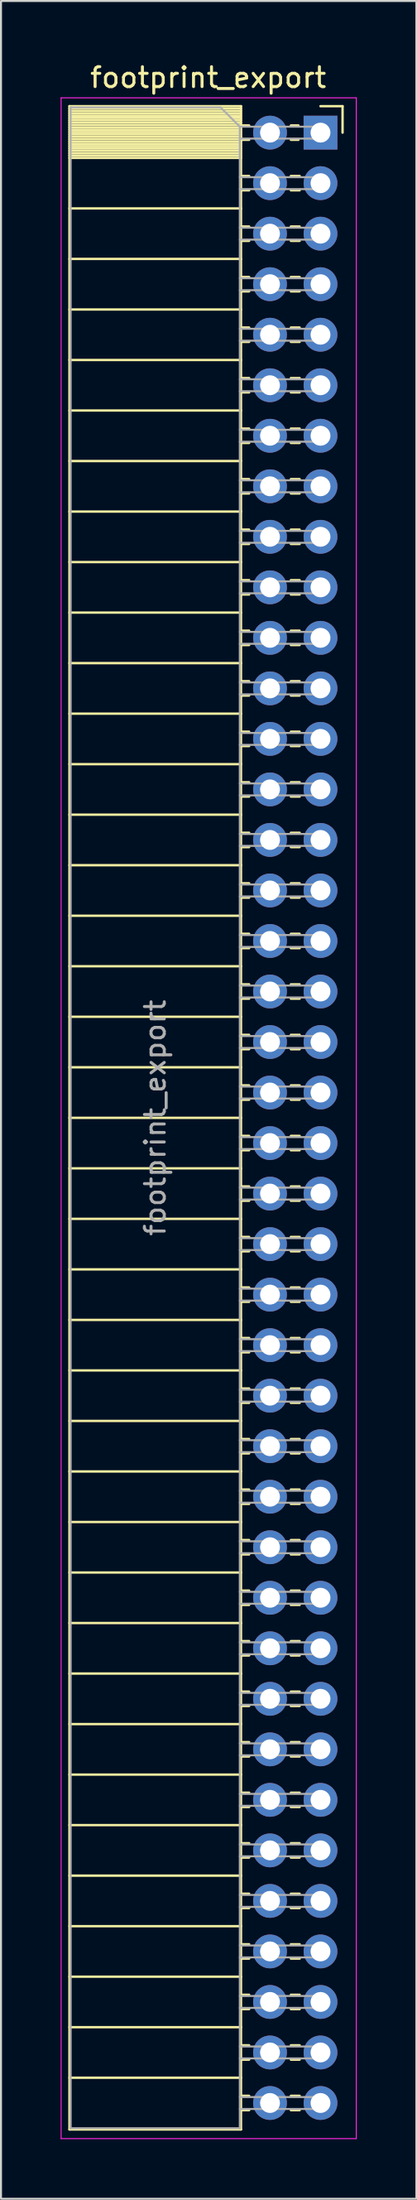
<source format=kicad_pcb>
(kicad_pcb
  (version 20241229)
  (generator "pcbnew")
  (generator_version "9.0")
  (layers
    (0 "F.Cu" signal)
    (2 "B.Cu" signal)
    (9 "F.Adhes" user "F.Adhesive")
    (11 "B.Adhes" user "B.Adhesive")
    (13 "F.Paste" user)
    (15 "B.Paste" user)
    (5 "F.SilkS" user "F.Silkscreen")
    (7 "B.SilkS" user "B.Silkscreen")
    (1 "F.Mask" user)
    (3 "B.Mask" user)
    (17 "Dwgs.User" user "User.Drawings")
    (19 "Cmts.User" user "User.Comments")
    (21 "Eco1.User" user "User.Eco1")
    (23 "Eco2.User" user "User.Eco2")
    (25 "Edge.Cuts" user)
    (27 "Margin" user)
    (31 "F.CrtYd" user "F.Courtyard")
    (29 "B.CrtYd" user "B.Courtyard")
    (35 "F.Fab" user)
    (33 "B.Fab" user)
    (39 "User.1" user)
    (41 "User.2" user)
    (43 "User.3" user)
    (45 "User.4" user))
  (footprint "footprint_export"
    (layer "F.Cu")
    (at 13.075 3.618)
    (property "Reference" "footprint_export" (at -5.65 -2.77 0) (layer "F.SilkS") (effects (font (size 1 1) (thickness 0.15))))
    (attr through_hole)
    (fp_line (start -12.63 -1.33) (end -12.63 100.39) (stroke (width 0.12) (type solid)) (layer "F.SilkS"))
    (fp_line (start -12.63 -1.33) (end -4 -1.33) (stroke (width 0.12) (type solid)) (layer "F.SilkS"))
    (fp_line (start -12.63 -1.21) (end -4 -1.21) (stroke (width 0.12) (type solid)) (layer "F.SilkS"))
    (fp_line (start -12.63 -1.092) (end -4 -1.092) (stroke (width 0.12) (type solid)) (layer "F.SilkS"))
    (fp_line (start -12.63 -0.974) (end -4 -0.974) (stroke (width 0.12) (type solid)) (layer "F.SilkS"))
    (fp_line (start -12.63 -0.856) (end -4 -0.856) (stroke (width 0.12) (type solid)) (layer "F.SilkS"))
    (fp_line (start -12.63 -0.738) (end -4 -0.738) (stroke (width 0.12) (type solid)) (layer "F.SilkS"))
    (fp_line (start -12.63 -0.62) (end -4 -0.62) (stroke (width 0.12) (type solid)) (layer "F.SilkS"))
    (fp_line (start -12.63 -0.501) (end -4 -0.501) (stroke (width 0.12) (type solid)) (layer "F.SilkS"))
    (fp_line (start -12.63 -0.383) (end -4 -0.383) (stroke (width 0.12) (type solid)) (layer "F.SilkS"))
    (fp_line (start -12.63 -0.265) (end -4 -0.265) (stroke (width 0.12) (type solid)) (layer "F.SilkS"))
    (fp_line (start -12.63 -0.147) (end -4 -0.147) (stroke (width 0.12) (type solid)) (layer "F.SilkS"))
    (fp_line (start -12.63 -0.029) (end -4 -0.029) (stroke (width 0.12) (type solid)) (layer "F.SilkS"))
    (fp_line (start -12.63 0.089) (end -4 0.089) (stroke (width 0.12) (type solid)) (layer "F.SilkS"))
    (fp_line (start -12.63 0.207) (end -4 0.207) (stroke (width 0.12) (type solid)) (layer "F.SilkS"))
    (fp_line (start -12.63 0.325) (end -4 0.325) (stroke (width 0.12) (type solid)) (layer "F.SilkS"))
    (fp_line (start -12.63 0.443) (end -4 0.443) (stroke (width 0.12) (type solid)) (layer "F.SilkS"))
    (fp_line (start -12.63 0.561) (end -4 0.561) (stroke (width 0.12) (type solid)) (layer "F.SilkS"))
    (fp_line (start -12.63 0.68) (end -4 0.68) (stroke (width 0.12) (type solid)) (layer "F.SilkS"))
    (fp_line (start -12.63 0.798) (end -4 0.798) (stroke (width 0.12) (type solid)) (layer "F.SilkS"))
    (fp_line (start -12.63 0.916) (end -4 0.916) (stroke (width 0.12) (type solid)) (layer "F.SilkS"))
    (fp_line (start -12.63 1.034) (end -4 1.034) (stroke (width 0.12) (type solid)) (layer "F.SilkS"))
    (fp_line (start -12.63 1.152) (end -4 1.152) (stroke (width 0.12) (type solid)) (layer "F.SilkS"))
    (fp_line (start -12.63 1.27) (end -4 1.27) (stroke (width 0.12) (type solid)) (layer "F.SilkS"))
    (fp_line (start -12.63 3.81) (end -4 3.81) (stroke (width 0.12) (type solid)) (layer "F.SilkS"))
    (fp_line (start -12.63 6.35) (end -4 6.35) (stroke (width 0.12) (type solid)) (layer "F.SilkS"))
    (fp_line (start -12.63 8.89) (end -4 8.89) (stroke (width 0.12) (type solid)) (layer "F.SilkS"))
    (fp_line (start -12.63 11.43) (end -4 11.43) (stroke (width 0.12) (type solid)) (layer "F.SilkS"))
    (fp_line (start -12.63 13.97) (end -4 13.97) (stroke (width 0.12) (type solid)) (layer "F.SilkS"))
    (fp_line (start -12.63 16.51) (end -4 16.51) (stroke (width 0.12) (type solid)) (layer "F.SilkS"))
    (fp_line (start -12.63 19.05) (end -4 19.05) (stroke (width 0.12) (type solid)) (layer "F.SilkS"))
    (fp_line (start -12.63 21.59) (end -4 21.59) (stroke (width 0.12) (type solid)) (layer "F.SilkS"))
    (fp_line (start -12.63 24.13) (end -4 24.13) (stroke (width 0.12) (type solid)) (layer "F.SilkS"))
    (fp_line (start -12.63 26.67) (end -4 26.67) (stroke (width 0.12) (type solid)) (layer "F.SilkS"))
    (fp_line (start -12.63 29.21) (end -4 29.21) (stroke (width 0.12) (type solid)) (layer "F.SilkS"))
    (fp_line (start -12.63 31.75) (end -4 31.75) (stroke (width 0.12) (type solid)) (layer "F.SilkS"))
    (fp_line (start -12.63 34.29) (end -4 34.29) (stroke (width 0.12) (type solid)) (layer "F.SilkS"))
    (fp_line (start -12.63 36.83) (end -4 36.83) (stroke (width 0.12) (type solid)) (layer "F.SilkS"))
    (fp_line (start -12.63 39.37) (end -4 39.37) (stroke (width 0.12) (type solid)) (layer "F.SilkS"))
    (fp_line (start -12.63 41.91) (end -4 41.91) (stroke (width 0.12) (type solid)) (layer "F.SilkS"))
    (fp_line (start -12.63 44.45) (end -4 44.45) (stroke (width 0.12) (type solid)) (layer "F.SilkS"))
    (fp_line (start -12.63 46.99) (end -4 46.99) (stroke (width 0.12) (type solid)) (layer "F.SilkS"))
    (fp_line (start -12.63 49.53) (end -4 49.53) (stroke (width 0.12) (type solid)) (layer "F.SilkS"))
    (fp_line (start -12.63 52.07) (end -4 52.07) (stroke (width 0.12) (type solid)) (layer "F.SilkS"))
    (fp_line (start -12.63 54.61) (end -4 54.61) (stroke (width 0.12) (type solid)) (layer "F.SilkS"))
    (fp_line (start -12.63 57.15) (end -4 57.15) (stroke (width 0.12) (type solid)) (layer "F.SilkS"))
    (fp_line (start -12.63 59.69) (end -4 59.69) (stroke (width 0.12) (type solid)) (layer "F.SilkS"))
    (fp_line (start -12.63 62.23) (end -4 62.23) (stroke (width 0.12) (type solid)) (layer "F.SilkS"))
    (fp_line (start -12.63 64.77) (end -4 64.77) (stroke (width 0.12) (type solid)) (layer "F.SilkS"))
    (fp_line (start -12.63 67.31) (end -4 67.31) (stroke (width 0.12) (type solid)) (layer "F.SilkS"))
    (fp_line (start -12.63 69.85) (end -4 69.85) (stroke (width 0.12) (type solid)) (layer "F.SilkS"))
    (fp_line (start -12.63 72.39) (end -4 72.39) (stroke (width 0.12) (type solid)) (layer "F.SilkS"))
    (fp_line (start -12.63 74.93) (end -4 74.93) (stroke (width 0.12) (type solid)) (layer "F.SilkS"))
    (fp_line (start -12.63 77.47) (end -4 77.47) (stroke (width 0.12) (type solid)) (layer "F.SilkS"))
    (fp_line (start -12.63 80.01) (end -4 80.01) (stroke (width 0.12) (type solid)) (layer "F.SilkS"))
    (fp_line (start -12.63 82.55) (end -4 82.55) (stroke (width 0.12) (type solid)) (layer "F.SilkS"))
    (fp_line (start -12.63 85.09) (end -4 85.09) (stroke (width 0.12) (type solid)) (layer "F.SilkS"))
    (fp_line (start -12.63 87.63) (end -4 87.63) (stroke (width 0.12) (type solid)) (layer "F.SilkS"))
    (fp_line (start -12.63 90.17) (end -4 90.17) (stroke (width 0.12) (type solid)) (layer "F.SilkS"))
    (fp_line (start -12.63 92.71) (end -4 92.71) (stroke (width 0.12) (type solid)) (layer "F.SilkS"))
    (fp_line (start -12.63 95.25) (end -4 95.25) (stroke (width 0.12) (type solid)) (layer "F.SilkS"))
    (fp_line (start -12.63 97.79) (end -4 97.79) (stroke (width 0.12) (type solid)) (layer "F.SilkS"))
    (fp_line (start -12.63 100.39) (end -4 100.39) (stroke (width 0.12) (type solid)) (layer "F.SilkS"))
    (fp_line (start -4 -1.33) (end -4 100.39) (stroke (width 0.12) (type solid)) (layer "F.SilkS"))
    (fp_line (start -4 -0.36) (end -3.59 -0.36) (stroke (width 0.12) (type solid)) (layer "F.SilkS"))
    (fp_line (start -4 0.36) (end -3.59 0.36) (stroke (width 0.12) (type solid)) (layer "F.SilkS"))
    (fp_line (start -4 2.18) (end -3.59 2.18) (stroke (width 0.12) (type solid)) (layer "F.SilkS"))
    (fp_line (start -4 2.9) (end -3.59 2.9) (stroke (width 0.12) (type solid)) (layer "F.SilkS"))
    (fp_line (start -4 4.72) (end -3.59 4.72) (stroke (width 0.12) (type solid)) (layer "F.SilkS"))
    (fp_line (start -4 5.44) (end -3.59 5.44) (stroke (width 0.12) (type solid)) (layer "F.SilkS"))
    (fp_line (start -4 7.26) (end -3.59 7.26) (stroke (width 0.12) (type solid)) (layer "F.SilkS"))
    (fp_line (start -4 7.98) (end -3.59 7.98) (stroke (width 0.12) (type solid)) (layer "F.SilkS"))
    (fp_line (start -4 9.8) (end -3.59 9.8) (stroke (width 0.12) (type solid)) (layer "F.SilkS"))
    (fp_line (start -4 10.52) (end -3.59 10.52) (stroke (width 0.12) (type solid)) (layer "F.SilkS"))
    (fp_line (start -4 12.34) (end -3.59 12.34) (stroke (width 0.12) (type solid)) (layer "F.SilkS"))
    (fp_line (start -4 13.06) (end -3.59 13.06) (stroke (width 0.12) (type solid)) (layer "F.SilkS"))
    (fp_line (start -4 14.88) (end -3.59 14.88) (stroke (width 0.12) (type solid)) (layer "F.SilkS"))
    (fp_line (start -4 15.6) (end -3.59 15.6) (stroke (width 0.12) (type solid)) (layer "F.SilkS"))
    (fp_line (start -4 17.42) (end -3.59 17.42) (stroke (width 0.12) (type solid)) (layer "F.SilkS"))
    (fp_line (start -4 18.14) (end -3.59 18.14) (stroke (width 0.12) (type solid)) (layer "F.SilkS"))
    (fp_line (start -4 19.96) (end -3.59 19.96) (stroke (width 0.12) (type solid)) (layer "F.SilkS"))
    (fp_line (start -4 20.68) (end -3.59 20.68) (stroke (width 0.12) (type solid)) (layer "F.SilkS"))
    (fp_line (start -4 22.5) (end -3.59 22.5) (stroke (width 0.12) (type solid)) (layer "F.SilkS"))
    (fp_line (start -4 23.22) (end -3.59 23.22) (stroke (width 0.12) (type solid)) (layer "F.SilkS"))
    (fp_line (start -4 25.04) (end -3.59 25.04) (stroke (width 0.12) (type solid)) (layer "F.SilkS"))
    (fp_line (start -4 25.76) (end -3.59 25.76) (stroke (width 0.12) (type solid)) (layer "F.SilkS"))
    (fp_line (start -4 27.58) (end -3.59 27.58) (stroke (width 0.12) (type solid)) (layer "F.SilkS"))
    (fp_line (start -4 28.3) (end -3.59 28.3) (stroke (width 0.12) (type solid)) (layer "F.SilkS"))
    (fp_line (start -4 30.12) (end -3.59 30.12) (stroke (width 0.12) (type solid)) (layer "F.SilkS"))
    (fp_line (start -4 30.84) (end -3.59 30.84) (stroke (width 0.12) (type solid)) (layer "F.SilkS"))
    (fp_line (start -4 32.66) (end -3.59 32.66) (stroke (width 0.12) (type solid)) (layer "F.SilkS"))
    (fp_line (start -4 33.38) (end -3.59 33.38) (stroke (width 0.12) (type solid)) (layer "F.SilkS"))
    (fp_line (start -4 35.2) (end -3.59 35.2) (stroke (width 0.12) (type solid)) (layer "F.SilkS"))
    (fp_line (start -4 35.92) (end -3.59 35.92) (stroke (width 0.12) (type solid)) (layer "F.SilkS"))
    (fp_line (start -4 37.74) (end -3.59 37.74) (stroke (width 0.12) (type solid)) (layer "F.SilkS"))
    (fp_line (start -4 38.46) (end -3.59 38.46) (stroke (width 0.12) (type solid)) (layer "F.SilkS"))
    (fp_line (start -4 40.28) (end -3.59 40.28) (stroke (width 0.12) (type solid)) (layer "F.SilkS"))
    (fp_line (start -4 41) (end -3.59 41) (stroke (width 0.12) (type solid)) (layer "F.SilkS"))
    (fp_line (start -4 42.82) (end -3.59 42.82) (stroke (width 0.12) (type solid)) (layer "F.SilkS"))
    (fp_line (start -4 43.54) (end -3.59 43.54) (stroke (width 0.12) (type solid)) (layer "F.SilkS"))
    (fp_line (start -4 45.36) (end -3.59 45.36) (stroke (width 0.12) (type solid)) (layer "F.SilkS"))
    (fp_line (start -4 46.08) (end -3.59 46.08) (stroke (width 0.12) (type solid)) (layer "F.SilkS"))
    (fp_line (start -4 47.9) (end -3.59 47.9) (stroke (width 0.12) (type solid)) (layer "F.SilkS"))
    (fp_line (start -4 48.62) (end -3.59 48.62) (stroke (width 0.12) (type solid)) (layer "F.SilkS"))
    (fp_line (start -4 50.44) (end -3.59 50.44) (stroke (width 0.12) (type solid)) (layer "F.SilkS"))
    (fp_line (start -4 51.16) (end -3.59 51.16) (stroke (width 0.12) (type solid)) (layer "F.SilkS"))
    (fp_line (start -4 52.98) (end -3.59 52.98) (stroke (width 0.12) (type solid)) (layer "F.SilkS"))
    (fp_line (start -4 53.7) (end -3.59 53.7) (stroke (width 0.12) (type solid)) (layer "F.SilkS"))
    (fp_line (start -4 55.52) (end -3.59 55.52) (stroke (width 0.12) (type solid)) (layer "F.SilkS"))
    (fp_line (start -4 56.24) (end -3.59 56.24) (stroke (width 0.12) (type solid)) (layer "F.SilkS"))
    (fp_line (start -4 58.06) (end -3.59 58.06) (stroke (width 0.12) (type solid)) (layer "F.SilkS"))
    (fp_line (start -4 58.78) (end -3.59 58.78) (stroke (width 0.12) (type solid)) (layer "F.SilkS"))
    (fp_line (start -4 60.6) (end -3.59 60.6) (stroke (width 0.12) (type solid)) (layer "F.SilkS"))
    (fp_line (start -4 61.32) (end -3.59 61.32) (stroke (width 0.12) (type solid)) (layer "F.SilkS"))
    (fp_line (start -4 63.14) (end -3.59 63.14) (stroke (width 0.12) (type solid)) (layer "F.SilkS"))
    (fp_line (start -4 63.86) (end -3.59 63.86) (stroke (width 0.12) (type solid)) (layer "F.SilkS"))
    (fp_line (start -4 65.68) (end -3.59 65.68) (stroke (width 0.12) (type solid)) (layer "F.SilkS"))
    (fp_line (start -4 66.4) (end -3.59 66.4) (stroke (width 0.12) (type solid)) (layer "F.SilkS"))
    (fp_line (start -4 68.22) (end -3.59 68.22) (stroke (width 0.12) (type solid)) (layer "F.SilkS"))
    (fp_line (start -4 68.94) (end -3.59 68.94) (stroke (width 0.12) (type solid)) (layer "F.SilkS"))
    (fp_line (start -4 70.76) (end -3.59 70.76) (stroke (width 0.12) (type solid)) (layer "F.SilkS"))
    (fp_line (start -4 71.48) (end -3.59 71.48) (stroke (width 0.12) (type solid)) (layer "F.SilkS"))
    (fp_line (start -4 73.3) (end -3.59 73.3) (stroke (width 0.12) (type solid)) (layer "F.SilkS"))
    (fp_line (start -4 74.02) (end -3.59 74.02) (stroke (width 0.12) (type solid)) (layer "F.SilkS"))
    (fp_line (start -4 75.84) (end -3.59 75.84) (stroke (width 0.12) (type solid)) (layer "F.SilkS"))
    (fp_line (start -4 76.56) (end -3.59 76.56) (stroke (width 0.12) (type solid)) (layer "F.SilkS"))
    (fp_line (start -4 78.38) (end -3.59 78.38) (stroke (width 0.12) (type solid)) (layer "F.SilkS"))
    (fp_line (start -4 79.1) (end -3.59 79.1) (stroke (width 0.12) (type solid)) (layer "F.SilkS"))
    (fp_line (start -4 80.92) (end -3.59 80.92) (stroke (width 0.12) (type solid)) (layer "F.SilkS"))
    (fp_line (start -4 81.64) (end -3.59 81.64) (stroke (width 0.12) (type solid)) (layer "F.SilkS"))
    (fp_line (start -4 83.46) (end -3.59 83.46) (stroke (width 0.12) (type solid)) (layer "F.SilkS"))
    (fp_line (start -4 84.18) (end -3.59 84.18) (stroke (width 0.12) (type solid)) (layer "F.SilkS"))
    (fp_line (start -4 86) (end -3.59 86) (stroke (width 0.12) (type solid)) (layer "F.SilkS"))
    (fp_line (start -4 86.72) (end -3.59 86.72) (stroke (width 0.12) (type solid)) (layer "F.SilkS"))
    (fp_line (start -4 88.54) (end -3.59 88.54) (stroke (width 0.12) (type solid)) (layer "F.SilkS"))
    (fp_line (start -4 89.26) (end -3.59 89.26) (stroke (width 0.12) (type solid)) (layer "F.SilkS"))
    (fp_line (start -4 91.08) (end -3.59 91.08) (stroke (width 0.12) (type solid)) (layer "F.SilkS"))
    (fp_line (start -4 91.8) (end -3.59 91.8) (stroke (width 0.12) (type solid)) (layer "F.SilkS"))
    (fp_line (start -4 93.62) (end -3.59 93.62) (stroke (width 0.12) (type solid)) (layer "F.SilkS"))
    (fp_line (start -4 94.34) (end -3.59 94.34) (stroke (width 0.12) (type solid)) (layer "F.SilkS"))
    (fp_line (start -4 96.16) (end -3.59 96.16) (stroke (width 0.12) (type solid)) (layer "F.SilkS"))
    (fp_line (start -4 96.88) (end -3.59 96.88) (stroke (width 0.12) (type solid)) (layer "F.SilkS"))
    (fp_line (start -4 98.7) (end -3.59 98.7) (stroke (width 0.12) (type solid)) (layer "F.SilkS"))
    (fp_line (start -4 99.42) (end -3.59 99.42) (stroke (width 0.12) (type solid)) (layer "F.SilkS"))
    (fp_line (start -1.49 -0.36) (end -1.11 -0.36) (stroke (width 0.12) (type solid)) (layer "F.SilkS"))
    (fp_line (start -1.49 0.36) (end -1.11 0.36) (stroke (width 0.12) (type solid)) (layer "F.SilkS"))
    (fp_line (start -1.49 2.18) (end -1.05 2.18) (stroke (width 0.12) (type solid)) (layer "F.SilkS"))
    (fp_line (start -1.49 2.9) (end -1.05 2.9) (stroke (width 0.12) (type solid)) (layer "F.SilkS"))
    (fp_line (start -1.49 4.72) (end -1.05 4.72) (stroke (width 0.12) (type solid)) (layer "F.SilkS"))
    (fp_line (start -1.49 5.44) (end -1.05 5.44) (stroke (width 0.12) (type solid)) (layer "F.SilkS"))
    (fp_line (start -1.49 7.26) (end -1.05 7.26) (stroke (width 0.12) (type solid)) (layer "F.SilkS"))
    (fp_line (start -1.49 7.98) (end -1.05 7.98) (stroke (width 0.12) (type solid)) (layer "F.SilkS"))
    (fp_line (start -1.49 9.8) (end -1.05 9.8) (stroke (width 0.12) (type solid)) (layer "F.SilkS"))
    (fp_line (start -1.49 10.52) (end -1.05 10.52) (stroke (width 0.12) (type solid)) (layer "F.SilkS"))
    (fp_line (start -1.49 12.34) (end -1.05 12.34) (stroke (width 0.12) (type solid)) (layer "F.SilkS"))
    (fp_line (start -1.49 13.06) (end -1.05 13.06) (stroke (width 0.12) (type solid)) (layer "F.SilkS"))
    (fp_line (start -1.49 14.88) (end -1.05 14.88) (stroke (width 0.12) (type solid)) (layer "F.SilkS"))
    (fp_line (start -1.49 15.6) (end -1.05 15.6) (stroke (width 0.12) (type solid)) (layer "F.SilkS"))
    (fp_line (start -1.49 17.42) (end -1.05 17.42) (stroke (width 0.12) (type solid)) (layer "F.SilkS"))
    (fp_line (start -1.49 18.14) (end -1.05 18.14) (stroke (width 0.12) (type solid)) (layer "F.SilkS"))
    (fp_line (start -1.49 19.96) (end -1.05 19.96) (stroke (width 0.12) (type solid)) (layer "F.SilkS"))
    (fp_line (start -1.49 20.68) (end -1.05 20.68) (stroke (width 0.12) (type solid)) (layer "F.SilkS"))
    (fp_line (start -1.49 22.5) (end -1.05 22.5) (stroke (width 0.12) (type solid)) (layer "F.SilkS"))
    (fp_line (start -1.49 23.22) (end -1.05 23.22) (stroke (width 0.12) (type solid)) (layer "F.SilkS"))
    (fp_line (start -1.49 25.04) (end -1.05 25.04) (stroke (width 0.12) (type solid)) (layer "F.SilkS"))
    (fp_line (start -1.49 25.76) (end -1.05 25.76) (stroke (width 0.12) (type solid)) (layer "F.SilkS"))
    (fp_line (start -1.49 27.58) (end -1.05 27.58) (stroke (width 0.12) (type solid)) (layer "F.SilkS"))
    (fp_line (start -1.49 28.3) (end -1.05 28.3) (stroke (width 0.12) (type solid)) (layer "F.SilkS"))
    (fp_line (start -1.49 30.12) (end -1.05 30.12) (stroke (width 0.12) (type solid)) (layer "F.SilkS"))
    (fp_line (start -1.49 30.84) (end -1.05 30.84) (stroke (width 0.12) (type solid)) (layer "F.SilkS"))
    (fp_line (start -1.49 32.66) (end -1.05 32.66) (stroke (width 0.12) (type solid)) (layer "F.SilkS"))
    (fp_line (start -1.49 33.38) (end -1.05 33.38) (stroke (width 0.12) (type solid)) (layer "F.SilkS"))
    (fp_line (start -1.49 35.2) (end -1.05 35.2) (stroke (width 0.12) (type solid)) (layer "F.SilkS"))
    (fp_line (start -1.49 35.92) (end -1.05 35.92) (stroke (width 0.12) (type solid)) (layer "F.SilkS"))
    (fp_line (start -1.49 37.74) (end -1.05 37.74) (stroke (width 0.12) (type solid)) (layer "F.SilkS"))
    (fp_line (start -1.49 38.46) (end -1.05 38.46) (stroke (width 0.12) (type solid)) (layer "F.SilkS"))
    (fp_line (start -1.49 40.28) (end -1.05 40.28) (stroke (width 0.12) (type solid)) (layer "F.SilkS"))
    (fp_line (start -1.49 41) (end -1.05 41) (stroke (width 0.12) (type solid)) (layer "F.SilkS"))
    (fp_line (start -1.49 42.82) (end -1.05 42.82) (stroke (width 0.12) (type solid)) (layer "F.SilkS"))
    (fp_line (start -1.49 43.54) (end -1.05 43.54) (stroke (width 0.12) (type solid)) (layer "F.SilkS"))
    (fp_line (start -1.49 45.36) (end -1.05 45.36) (stroke (width 0.12) (type solid)) (layer "F.SilkS"))
    (fp_line (start -1.49 46.08) (end -1.05 46.08) (stroke (width 0.12) (type solid)) (layer "F.SilkS"))
    (fp_line (start -1.49 47.9) (end -1.05 47.9) (stroke (width 0.12) (type solid)) (layer "F.SilkS"))
    (fp_line (start -1.49 48.62) (end -1.05 48.62) (stroke (width 0.12) (type solid)) (layer "F.SilkS"))
    (fp_line (start -1.49 50.44) (end -1.05 50.44) (stroke (width 0.12) (type solid)) (layer "F.SilkS"))
    (fp_line (start -1.49 51.16) (end -1.05 51.16) (stroke (width 0.12) (type solid)) (layer "F.SilkS"))
    (fp_line (start -1.49 52.98) (end -1.05 52.98) (stroke (width 0.12) (type solid)) (layer "F.SilkS"))
    (fp_line (start -1.49 53.7) (end -1.05 53.7) (stroke (width 0.12) (type solid)) (layer "F.SilkS"))
    (fp_line (start -1.49 55.52) (end -1.05 55.52) (stroke (width 0.12) (type solid)) (layer "F.SilkS"))
    (fp_line (start -1.49 56.24) (end -1.05 56.24) (stroke (width 0.12) (type solid)) (layer "F.SilkS"))
    (fp_line (start -1.49 58.06) (end -1.05 58.06) (stroke (width 0.12) (type solid)) (layer "F.SilkS"))
    (fp_line (start -1.49 58.78) (end -1.05 58.78) (stroke (width 0.12) (type solid)) (layer "F.SilkS"))
    (fp_line (start -1.49 60.6) (end -1.05 60.6) (stroke (width 0.12) (type solid)) (layer "F.SilkS"))
    (fp_line (start -1.49 61.32) (end -1.05 61.32) (stroke (width 0.12) (type solid)) (layer "F.SilkS"))
    (fp_line (start -1.49 63.14) (end -1.05 63.14) (stroke (width 0.12) (type solid)) (layer "F.SilkS"))
    (fp_line (start -1.49 63.86) (end -1.05 63.86) (stroke (width 0.12) (type solid)) (layer "F.SilkS"))
    (fp_line (start -1.49 65.68) (end -1.05 65.68) (stroke (width 0.12) (type solid)) (layer "F.SilkS"))
    (fp_line (start -1.49 66.4) (end -1.05 66.4) (stroke (width 0.12) (type solid)) (layer "F.SilkS"))
    (fp_line (start -1.49 68.22) (end -1.05 68.22) (stroke (width 0.12) (type solid)) (layer "F.SilkS"))
    (fp_line (start -1.49 68.94) (end -1.05 68.94) (stroke (width 0.12) (type solid)) (layer "F.SilkS"))
    (fp_line (start -1.49 70.76) (end -1.05 70.76) (stroke (width 0.12) (type solid)) (layer "F.SilkS"))
    (fp_line (start -1.49 71.48) (end -1.05 71.48) (stroke (width 0.12) (type solid)) (layer "F.SilkS"))
    (fp_line (start -1.49 73.3) (end -1.05 73.3) (stroke (width 0.12) (type solid)) (layer "F.SilkS"))
    (fp_line (start -1.49 74.02) (end -1.05 74.02) (stroke (width 0.12) (type solid)) (layer "F.SilkS"))
    (fp_line (start -1.49 75.84) (end -1.05 75.84) (stroke (width 0.12) (type solid)) (layer "F.SilkS"))
    (fp_line (start -1.49 76.56) (end -1.05 76.56) (stroke (width 0.12) (type solid)) (layer "F.SilkS"))
    (fp_line (start -1.49 78.38) (end -1.05 78.38) (stroke (width 0.12) (type solid)) (layer "F.SilkS"))
    (fp_line (start -1.49 79.1) (end -1.05 79.1) (stroke (width 0.12) (type solid)) (layer "F.SilkS"))
    (fp_line (start -1.49 80.92) (end -1.05 80.92) (stroke (width 0.12) (type solid)) (layer "F.SilkS"))
    (fp_line (start -1.49 81.64) (end -1.05 81.64) (stroke (width 0.12) (type solid)) (layer "F.SilkS"))
    (fp_line (start -1.49 83.46) (end -1.05 83.46) (stroke (width 0.12) (type solid)) (layer "F.SilkS"))
    (fp_line (start -1.49 84.18) (end -1.05 84.18) (stroke (width 0.12) (type solid)) (layer "F.SilkS"))
    (fp_line (start -1.49 86) (end -1.05 86) (stroke (width 0.12) (type solid)) (layer "F.SilkS"))
    (fp_line (start -1.49 86.72) (end -1.05 86.72) (stroke (width 0.12) (type solid)) (layer "F.SilkS"))
    (fp_line (start -1.49 88.54) (end -1.05 88.54) (stroke (width 0.12) (type solid)) (layer "F.SilkS"))
    (fp_line (start -1.49 89.26) (end -1.05 89.26) (stroke (width 0.12) (type solid)) (layer "F.SilkS"))
    (fp_line (start -1.49 91.08) (end -1.05 91.08) (stroke (width 0.12) (type solid)) (layer "F.SilkS"))
    (fp_line (start -1.49 91.8) (end -1.05 91.8) (stroke (width 0.12) (type solid)) (layer "F.SilkS"))
    (fp_line (start -1.49 93.62) (end -1.05 93.62) (stroke (width 0.12) (type solid)) (layer "F.SilkS"))
    (fp_line (start -1.49 94.34) (end -1.05 94.34) (stroke (width 0.12) (type solid)) (layer "F.SilkS"))
    (fp_line (start -1.49 96.16) (end -1.05 96.16) (stroke (width 0.12) (type solid)) (layer "F.SilkS"))
    (fp_line (start -1.49 96.88) (end -1.05 96.88) (stroke (width 0.12) (type solid)) (layer "F.SilkS"))
    (fp_line (start -1.49 98.7) (end -1.05 98.7) (stroke (width 0.12) (type solid)) (layer "F.SilkS"))
    (fp_line (start -1.49 99.42) (end -1.05 99.42) (stroke (width 0.12) (type solid)) (layer "F.SilkS"))
    (fp_line (start 0 -1.33) (end 1.11 -1.33) (stroke (width 0.12) (type solid)) (layer "F.SilkS"))
    (fp_line (start 1.11 -1.33) (end 1.11 0) (stroke (width 0.12) (type solid)) (layer "F.SilkS"))
    (fp_line (start -13.05 -1.75) (end -13.05 100.85) (stroke (width 0.05) (type solid)) (layer "F.CrtYd"))
    (fp_line (start -13.05 100.85) (end 1.8 100.85) (stroke (width 0.05) (type solid)) (layer "F.CrtYd"))
    (fp_line (start 1.8 -1.75) (end -13.05 -1.75) (stroke (width 0.05) (type solid)) (layer "F.CrtYd"))
    (fp_line (start 1.8 100.85) (end 1.8 -1.75) (stroke (width 0.05) (type solid)) (layer "F.CrtYd"))
    (fp_line (start -12.57 -1.27) (end -5.03 -1.27) (stroke (width 0.1) (type solid)) (layer "F.Fab"))
    (fp_line (start -12.57 100.33) (end -12.57 -1.27) (stroke (width 0.1) (type solid)) (layer "F.Fab"))
    (fp_line (start -5.03 -1.27) (end -4.06 -0.3) (stroke (width 0.1) (type solid)) (layer "F.Fab"))
    (fp_line (start -4.06 -0.3) (end -4.06 100.33) (stroke (width 0.1) (type solid)) (layer "F.Fab"))
    (fp_line (start -4.06 0.3) (end 0 0.3) (stroke (width 0.1) (type solid)) (layer "F.Fab"))
    (fp_line (start -4.06 2.84) (end 0 2.84) (stroke (width 0.1) (type solid)) (layer "F.Fab"))
    (fp_line (start -4.06 5.38) (end 0 5.38) (stroke (width 0.1) (type solid)) (layer "F.Fab"))
    (fp_line (start -4.06 7.92) (end 0 7.92) (stroke (width 0.1) (type solid)) (layer "F.Fab"))
    (fp_line (start -4.06 10.46) (end 0 10.46) (stroke (width 0.1) (type solid)) (layer "F.Fab"))
    (fp_line (start -4.06 13) (end 0 13) (stroke (width 0.1) (type solid)) (layer "F.Fab"))
    (fp_line (start -4.06 15.54) (end 0 15.54) (stroke (width 0.1) (type solid)) (layer "F.Fab"))
    (fp_line (start -4.06 18.08) (end 0 18.08) (stroke (width 0.1) (type solid)) (layer "F.Fab"))
    (fp_line (start -4.06 20.62) (end 0 20.62) (stroke (width 0.1) (type solid)) (layer "F.Fab"))
    (fp_line (start -4.06 23.16) (end 0 23.16) (stroke (width 0.1) (type solid)) (layer "F.Fab"))
    (fp_line (start -4.06 25.7) (end 0 25.7) (stroke (width 0.1) (type solid)) (layer "F.Fab"))
    (fp_line (start -4.06 28.24) (end 0 28.24) (stroke (width 0.1) (type solid)) (layer "F.Fab"))
    (fp_line (start -4.06 30.78) (end 0 30.78) (stroke (width 0.1) (type solid)) (layer "F.Fab"))
    (fp_line (start -4.06 33.32) (end 0 33.32) (stroke (width 0.1) (type solid)) (layer "F.Fab"))
    (fp_line (start -4.06 35.86) (end 0 35.86) (stroke (width 0.1) (type solid)) (layer "F.Fab"))
    (fp_line (start -4.06 38.4) (end 0 38.4) (stroke (width 0.1) (type solid)) (layer "F.Fab"))
    (fp_line (start -4.06 40.94) (end 0 40.94) (stroke (width 0.1) (type solid)) (layer "F.Fab"))
    (fp_line (start -4.06 43.48) (end 0 43.48) (stroke (width 0.1) (type solid)) (layer "F.Fab"))
    (fp_line (start -4.06 46.02) (end 0 46.02) (stroke (width 0.1) (type solid)) (layer "F.Fab"))
    (fp_line (start -4.06 48.56) (end 0 48.56) (stroke (width 0.1) (type solid)) (layer "F.Fab"))
    (fp_line (start -4.06 51.1) (end 0 51.1) (stroke (width 0.1) (type solid)) (layer "F.Fab"))
    (fp_line (start -4.06 53.64) (end 0 53.64) (stroke (width 0.1) (type solid)) (layer "F.Fab"))
    (fp_line (start -4.06 56.18) (end 0 56.18) (stroke (width 0.1) (type solid)) (layer "F.Fab"))
    (fp_line (start -4.06 58.72) (end 0 58.72) (stroke (width 0.1) (type solid)) (layer "F.Fab"))
    (fp_line (start -4.06 61.26) (end 0 61.26) (stroke (width 0.1) (type solid)) (layer "F.Fab"))
    (fp_line (start -4.06 63.8) (end 0 63.8) (stroke (width 0.1) (type solid)) (layer "F.Fab"))
    (fp_line (start -4.06 66.34) (end 0 66.34) (stroke (width 0.1) (type solid)) (layer "F.Fab"))
    (fp_line (start -4.06 68.88) (end 0 68.88) (stroke (width 0.1) (type solid)) (layer "F.Fab"))
    (fp_line (start -4.06 71.42) (end 0 71.42) (stroke (width 0.1) (type solid)) (layer "F.Fab"))
    (fp_line (start -4.06 73.96) (end 0 73.96) (stroke (width 0.1) (type solid)) (layer "F.Fab"))
    (fp_line (start -4.06 76.5) (end 0 76.5) (stroke (width 0.1) (type solid)) (layer "F.Fab"))
    (fp_line (start -4.06 79.04) (end 0 79.04) (stroke (width 0.1) (type solid)) (layer "F.Fab"))
    (fp_line (start -4.06 81.58) (end 0 81.58) (stroke (width 0.1) (type solid)) (layer "F.Fab"))
    (fp_line (start -4.06 84.12) (end 0 84.12) (stroke (width 0.1) (type solid)) (layer "F.Fab"))
    (fp_line (start -4.06 86.66) (end 0 86.66) (stroke (width 0.1) (type solid)) (layer "F.Fab"))
    (fp_line (start -4.06 89.2) (end 0 89.2) (stroke (width 0.1) (type solid)) (layer "F.Fab"))
    (fp_line (start -4.06 91.74) (end 0 91.74) (stroke (width 0.1) (type solid)) (layer "F.Fab"))
    (fp_line (start -4.06 94.28) (end 0 94.28) (stroke (width 0.1) (type solid)) (layer "F.Fab"))
    (fp_line (start -4.06 96.82) (end 0 96.82) (stroke (width 0.1) (type solid)) (layer "F.Fab"))
    (fp_line (start -4.06 99.36) (end 0 99.36) (stroke (width 0.1) (type solid)) (layer "F.Fab"))
    (fp_line (start -4.06 100.33) (end -12.57 100.33) (stroke (width 0.1) (type solid)) (layer "F.Fab"))
    (fp_line (start 0 -0.3) (end -4.06 -0.3) (stroke (width 0.1) (type solid)) (layer "F.Fab"))
    (fp_line (start 0 0.3) (end 0 -0.3) (stroke (width 0.1) (type solid)) (layer "F.Fab"))
    (fp_line (start 0 2.24) (end -4.06 2.24) (stroke (width 0.1) (type solid)) (layer "F.Fab"))
    (fp_line (start 0 2.84) (end 0 2.24) (stroke (width 0.1) (type solid)) (layer "F.Fab"))
    (fp_line (start 0 4.78) (end -4.06 4.78) (stroke (width 0.1) (type solid)) (layer "F.Fab"))
    (fp_line (start 0 5.38) (end 0 4.78) (stroke (width 0.1) (type solid)) (layer "F.Fab"))
    (fp_line (start 0 7.32) (end -4.06 7.32) (stroke (width 0.1) (type solid)) (layer "F.Fab"))
    (fp_line (start 0 7.92) (end 0 7.32) (stroke (width 0.1) (type solid)) (layer "F.Fab"))
    (fp_line (start 0 9.86) (end -4.06 9.86) (stroke (width 0.1) (type solid)) (layer "F.Fab"))
    (fp_line (start 0 10.46) (end 0 9.86) (stroke (width 0.1) (type solid)) (layer "F.Fab"))
    (fp_line (start 0 12.4) (end -4.06 12.4) (stroke (width 0.1) (type solid)) (layer "F.Fab"))
    (fp_line (start 0 13) (end 0 12.4) (stroke (width 0.1) (type solid)) (layer "F.Fab"))
    (fp_line (start 0 14.94) (end -4.06 14.94) (stroke (width 0.1) (type solid)) (layer "F.Fab"))
    (fp_line (start 0 15.54) (end 0 14.94) (stroke (width 0.1) (type solid)) (layer "F.Fab"))
    (fp_line (start 0 17.48) (end -4.06 17.48) (stroke (width 0.1) (type solid)) (layer "F.Fab"))
    (fp_line (start 0 18.08) (end 0 17.48) (stroke (width 0.1) (type solid)) (layer "F.Fab"))
    (fp_line (start 0 20.02) (end -4.06 20.02) (stroke (width 0.1) (type solid)) (layer "F.Fab"))
    (fp_line (start 0 20.62) (end 0 20.02) (stroke (width 0.1) (type solid)) (layer "F.Fab"))
    (fp_line (start 0 22.56) (end -4.06 22.56) (stroke (width 0.1) (type solid)) (layer "F.Fab"))
    (fp_line (start 0 23.16) (end 0 22.56) (stroke (width 0.1) (type solid)) (layer "F.Fab"))
    (fp_line (start 0 25.1) (end -4.06 25.1) (stroke (width 0.1) (type solid)) (layer "F.Fab"))
    (fp_line (start 0 25.7) (end 0 25.1) (stroke (width 0.1) (type solid)) (layer "F.Fab"))
    (fp_line (start 0 27.64) (end -4.06 27.64) (stroke (width 0.1) (type solid)) (layer "F.Fab"))
    (fp_line (start 0 28.24) (end 0 27.64) (stroke (width 0.1) (type solid)) (layer "F.Fab"))
    (fp_line (start 0 30.18) (end -4.06 30.18) (stroke (width 0.1) (type solid)) (layer "F.Fab"))
    (fp_line (start 0 30.78) (end 0 30.18) (stroke (width 0.1) (type solid)) (layer "F.Fab"))
    (fp_line (start 0 32.72) (end -4.06 32.72) (stroke (width 0.1) (type solid)) (layer "F.Fab"))
    (fp_line (start 0 33.32) (end 0 32.72) (stroke (width 0.1) (type solid)) (layer "F.Fab"))
    (fp_line (start 0 35.26) (end -4.06 35.26) (stroke (width 0.1) (type solid)) (layer "F.Fab"))
    (fp_line (start 0 35.86) (end 0 35.26) (stroke (width 0.1) (type solid)) (layer "F.Fab"))
    (fp_line (start 0 37.8) (end -4.06 37.8) (stroke (width 0.1) (type solid)) (layer "F.Fab"))
    (fp_line (start 0 38.4) (end 0 37.8) (stroke (width 0.1) (type solid)) (layer "F.Fab"))
    (fp_line (start 0 40.34) (end -4.06 40.34) (stroke (width 0.1) (type solid)) (layer "F.Fab"))
    (fp_line (start 0 40.94) (end 0 40.34) (stroke (width 0.1) (type solid)) (layer "F.Fab"))
    (fp_line (start 0 42.88) (end -4.06 42.88) (stroke (width 0.1) (type solid)) (layer "F.Fab"))
    (fp_line (start 0 43.48) (end 0 42.88) (stroke (width 0.1) (type solid)) (layer "F.Fab"))
    (fp_line (start 0 45.42) (end -4.06 45.42) (stroke (width 0.1) (type solid)) (layer "F.Fab"))
    (fp_line (start 0 46.02) (end 0 45.42) (stroke (width 0.1) (type solid)) (layer "F.Fab"))
    (fp_line (start 0 47.96) (end -4.06 47.96) (stroke (width 0.1) (type solid)) (layer "F.Fab"))
    (fp_line (start 0 48.56) (end 0 47.96) (stroke (width 0.1) (type solid)) (layer "F.Fab"))
    (fp_line (start 0 50.5) (end -4.06 50.5) (stroke (width 0.1) (type solid)) (layer "F.Fab"))
    (fp_line (start 0 51.1) (end 0 50.5) (stroke (width 0.1) (type solid)) (layer "F.Fab"))
    (fp_line (start 0 53.04) (end -4.06 53.04) (stroke (width 0.1) (type solid)) (layer "F.Fab"))
    (fp_line (start 0 53.64) (end 0 53.04) (stroke (width 0.1) (type solid)) (layer "F.Fab"))
    (fp_line (start 0 55.58) (end -4.06 55.58) (stroke (width 0.1) (type solid)) (layer "F.Fab"))
    (fp_line (start 0 56.18) (end 0 55.58) (stroke (width 0.1) (type solid)) (layer "F.Fab"))
    (fp_line (start 0 58.12) (end -4.06 58.12) (stroke (width 0.1) (type solid)) (layer "F.Fab"))
    (fp_line (start 0 58.72) (end 0 58.12) (stroke (width 0.1) (type solid)) (layer "F.Fab"))
    (fp_line (start 0 60.66) (end -4.06 60.66) (stroke (width 0.1) (type solid)) (layer "F.Fab"))
    (fp_line (start 0 61.26) (end 0 60.66) (stroke (width 0.1) (type solid)) (layer "F.Fab"))
    (fp_line (start 0 63.2) (end -4.06 63.2) (stroke (width 0.1) (type solid)) (layer "F.Fab"))
    (fp_line (start 0 63.8) (end 0 63.2) (stroke (width 0.1) (type solid)) (layer "F.Fab"))
    (fp_line (start 0 65.74) (end -4.06 65.74) (stroke (width 0.1) (type solid)) (layer "F.Fab"))
    (fp_line (start 0 66.34) (end 0 65.74) (stroke (width 0.1) (type solid)) (layer "F.Fab"))
    (fp_line (start 0 68.28) (end -4.06 68.28) (stroke (width 0.1) (type solid)) (layer "F.Fab"))
    (fp_line (start 0 68.88) (end 0 68.28) (stroke (width 0.1) (type solid)) (layer "F.Fab"))
    (fp_line (start 0 70.82) (end -4.06 70.82) (stroke (width 0.1) (type solid)) (layer "F.Fab"))
    (fp_line (start 0 71.42) (end 0 70.82) (stroke (width 0.1) (type solid)) (layer "F.Fab"))
    (fp_line (start 0 73.36) (end -4.06 73.36) (stroke (width 0.1) (type solid)) (layer "F.Fab"))
    (fp_line (start 0 73.96) (end 0 73.36) (stroke (width 0.1) (type solid)) (layer "F.Fab"))
    (fp_line (start 0 75.9) (end -4.06 75.9) (stroke (width 0.1) (type solid)) (layer "F.Fab"))
    (fp_line (start 0 76.5) (end 0 75.9) (stroke (width 0.1) (type solid)) (layer "F.Fab"))
    (fp_line (start 0 78.44) (end -4.06 78.44) (stroke (width 0.1) (type solid)) (layer "F.Fab"))
    (fp_line (start 0 79.04) (end 0 78.44) (stroke (width 0.1) (type solid)) (layer "F.Fab"))
    (fp_line (start 0 80.98) (end -4.06 80.98) (stroke (width 0.1) (type solid)) (layer "F.Fab"))
    (fp_line (start 0 81.58) (end 0 80.98) (stroke (width 0.1) (type solid)) (layer "F.Fab"))
    (fp_line (start 0 83.52) (end -4.06 83.52) (stroke (width 0.1) (type solid)) (layer "F.Fab"))
    (fp_line (start 0 84.12) (end 0 83.52) (stroke (width 0.1) (type solid)) (layer "F.Fab"))
    (fp_line (start 0 86.06) (end -4.06 86.06) (stroke (width 0.1) (type solid)) (layer "F.Fab"))
    (fp_line (start 0 86.66) (end 0 86.06) (stroke (width 0.1) (type solid)) (layer "F.Fab"))
    (fp_line (start 0 88.6) (end -4.06 88.6) (stroke (width 0.1) (type solid)) (layer "F.Fab"))
    (fp_line (start 0 89.2) (end 0 88.6) (stroke (width 0.1) (type solid)) (layer "F.Fab"))
    (fp_line (start 0 91.14) (end -4.06 91.14) (stroke (width 0.1) (type solid)) (layer "F.Fab"))
    (fp_line (start 0 91.74) (end 0 91.14) (stroke (width 0.1) (type solid)) (layer "F.Fab"))
    (fp_line (start 0 93.68) (end -4.06 93.68) (stroke (width 0.1) (type solid)) (layer "F.Fab"))
    (fp_line (start 0 94.28) (end 0 93.68) (stroke (width 0.1) (type solid)) (layer "F.Fab"))
    (fp_line (start 0 96.22) (end -4.06 96.22) (stroke (width 0.1) (type solid)) (layer "F.Fab"))
    (fp_line (start 0 96.82) (end 0 96.22) (stroke (width 0.1) (type solid)) (layer "F.Fab"))
    (fp_line (start 0 98.76) (end -4.06 98.76) (stroke (width 0.1) (type solid)) (layer "F.Fab"))
    (fp_line (start 0 99.36) (end 0 98.76) (stroke (width 0.1) (type solid)) (layer "F.Fab"))
    (fp_text user "${REFERENCE}" (at -8.315 49.53 90) (layer "F.Fab") (effects (font (size 1 1) (thickness 0.15))))
    (pad "1" thru_hole rect (at 0 0) (size 1.7 1.7) (drill 1) (layers "*.Cu" "*.Mask"))
    (pad "2" thru_hole oval (at -2.54 0) (size 1.7 1.7) (drill 1) (layers "*.Cu" "*.Mask"))
    (pad "3" thru_hole oval (at 0 2.54) (size 1.7 1.7) (drill 1) (layers "*.Cu" "*.Mask"))
    (pad "4" thru_hole oval (at -2.54 2.54) (size 1.7 1.7) (drill 1) (layers "*.Cu" "*.Mask"))
    (pad "5" thru_hole oval (at 0 5.08) (size 1.7 1.7) (drill 1) (layers "*.Cu" "*.Mask"))
    (pad "6" thru_hole oval (at -2.54 5.08) (size 1.7 1.7) (drill 1) (layers "*.Cu" "*.Mask"))
    (pad "7" thru_hole oval (at 0 7.62) (size 1.7 1.7) (drill 1) (layers "*.Cu" "*.Mask"))
    (pad "8" thru_hole oval (at -2.54 7.62) (size 1.7 1.7) (drill 1) (layers "*.Cu" "*.Mask"))
    (pad "9" thru_hole oval (at 0 10.16) (size 1.7 1.7) (drill 1) (layers "*.Cu" "*.Mask"))
    (pad "10" thru_hole oval (at -2.54 10.16) (size 1.7 1.7) (drill 1) (layers "*.Cu" "*.Mask"))
    (pad "11" thru_hole oval (at 0 12.7) (size 1.7 1.7) (drill 1) (layers "*.Cu" "*.Mask"))
    (pad "12" thru_hole oval (at -2.54 12.7) (size 1.7 1.7) (drill 1) (layers "*.Cu" "*.Mask"))
    (pad "13" thru_hole oval (at 0 15.24) (size 1.7 1.7) (drill 1) (layers "*.Cu" "*.Mask"))
    (pad "14" thru_hole oval (at -2.54 15.24) (size 1.7 1.7) (drill 1) (layers "*.Cu" "*.Mask"))
    (pad "15" thru_hole oval (at 0 17.78) (size 1.7 1.7) (drill 1) (layers "*.Cu" "*.Mask"))
    (pad "16" thru_hole oval (at -2.54 17.78) (size 1.7 1.7) (drill 1) (layers "*.Cu" "*.Mask"))
    (pad "17" thru_hole oval (at 0 20.32) (size 1.7 1.7) (drill 1) (layers "*.Cu" "*.Mask"))
    (pad "18" thru_hole oval (at -2.54 20.32) (size 1.7 1.7) (drill 1) (layers "*.Cu" "*.Mask"))
    (pad "19" thru_hole oval (at 0 22.86) (size 1.7 1.7) (drill 1) (layers "*.Cu" "*.Mask"))
    (pad "20" thru_hole oval (at -2.54 22.86) (size 1.7 1.7) (drill 1) (layers "*.Cu" "*.Mask"))
    (pad "21" thru_hole oval (at 0 25.4) (size 1.7 1.7) (drill 1) (layers "*.Cu" "*.Mask"))
    (pad "22" thru_hole oval (at -2.54 25.4) (size 1.7 1.7) (drill 1) (layers "*.Cu" "*.Mask"))
    (pad "23" thru_hole oval (at 0 27.94) (size 1.7 1.7) (drill 1) (layers "*.Cu" "*.Mask"))
    (pad "24" thru_hole oval (at -2.54 27.94) (size 1.7 1.7) (drill 1) (layers "*.Cu" "*.Mask"))
    (pad "25" thru_hole oval (at 0 30.48) (size 1.7 1.7) (drill 1) (layers "*.Cu" "*.Mask"))
    (pad "26" thru_hole oval (at -2.54 30.48) (size 1.7 1.7) (drill 1) (layers "*.Cu" "*.Mask"))
    (pad "27" thru_hole oval (at 0 33.02) (size 1.7 1.7) (drill 1) (layers "*.Cu" "*.Mask"))
    (pad "28" thru_hole oval (at -2.54 33.02) (size 1.7 1.7) (drill 1) (layers "*.Cu" "*.Mask"))
    (pad "29" thru_hole oval (at 0 35.56) (size 1.7 1.7) (drill 1) (layers "*.Cu" "*.Mask"))
    (pad "30" thru_hole oval (at -2.54 35.56) (size 1.7 1.7) (drill 1) (layers "*.Cu" "*.Mask"))
    (pad "31" thru_hole oval (at 0 38.1) (size 1.7 1.7) (drill 1) (layers "*.Cu" "*.Mask"))
    (pad "32" thru_hole oval (at -2.54 38.1) (size 1.7 1.7) (drill 1) (layers "*.Cu" "*.Mask"))
    (pad "33" thru_hole oval (at 0 40.64) (size 1.7 1.7) (drill 1) (layers "*.Cu" "*.Mask"))
    (pad "34" thru_hole oval (at -2.54 40.64) (size 1.7 1.7) (drill 1) (layers "*.Cu" "*.Mask"))
    (pad "35" thru_hole oval (at 0 43.18) (size 1.7 1.7) (drill 1) (layers "*.Cu" "*.Mask"))
    (pad "36" thru_hole oval (at -2.54 43.18) (size 1.7 1.7) (drill 1) (layers "*.Cu" "*.Mask"))
    (pad "37" thru_hole oval (at 0 45.72) (size 1.7 1.7) (drill 1) (layers "*.Cu" "*.Mask"))
    (pad "38" thru_hole oval (at -2.54 45.72) (size 1.7 1.7) (drill 1) (layers "*.Cu" "*.Mask"))
    (pad "39" thru_hole oval (at 0 48.26) (size 1.7 1.7) (drill 1) (layers "*.Cu" "*.Mask"))
    (pad "40" thru_hole oval (at -2.54 48.26) (size 1.7 1.7) (drill 1) (layers "*.Cu" "*.Mask"))
    (pad "41" thru_hole oval (at 0 50.8) (size 1.7 1.7) (drill 1) (layers "*.Cu" "*.Mask"))
    (pad "42" thru_hole oval (at -2.54 50.8) (size 1.7 1.7) (drill 1) (layers "*.Cu" "*.Mask"))
    (pad "43" thru_hole oval (at 0 53.34) (size 1.7 1.7) (drill 1) (layers "*.Cu" "*.Mask"))
    (pad "44" thru_hole oval (at -2.54 53.34) (size 1.7 1.7) (drill 1) (layers "*.Cu" "*.Mask"))
    (pad "45" thru_hole oval (at 0 55.88) (size 1.7 1.7) (drill 1) (layers "*.Cu" "*.Mask"))
    (pad "46" thru_hole oval (at -2.54 55.88) (size 1.7 1.7) (drill 1) (layers "*.Cu" "*.Mask"))
    (pad "47" thru_hole oval (at 0 58.42) (size 1.7 1.7) (drill 1) (layers "*.Cu" "*.Mask"))
    (pad "48" thru_hole oval (at -2.54 58.42) (size 1.7 1.7) (drill 1) (layers "*.Cu" "*.Mask"))
    (pad "49" thru_hole oval (at 0 60.96) (size 1.7 1.7) (drill 1) (layers "*.Cu" "*.Mask"))
    (pad "50" thru_hole oval (at -2.54 60.96) (size 1.7 1.7) (drill 1) (layers "*.Cu" "*.Mask"))
    (pad "51" thru_hole oval (at 0 63.5) (size 1.7 1.7) (drill 1) (layers "*.Cu" "*.Mask"))
    (pad "52" thru_hole oval (at -2.54 63.5) (size 1.7 1.7) (drill 1) (layers "*.Cu" "*.Mask"))
    (pad "53" thru_hole oval (at 0 66.04) (size 1.7 1.7) (drill 1) (layers "*.Cu" "*.Mask"))
    (pad "54" thru_hole oval (at -2.54 66.04) (size 1.7 1.7) (drill 1) (layers "*.Cu" "*.Mask"))
    (pad "55" thru_hole oval (at 0 68.58) (size 1.7 1.7) (drill 1) (layers "*.Cu" "*.Mask"))
    (pad "56" thru_hole oval (at -2.54 68.58) (size 1.7 1.7) (drill 1) (layers "*.Cu" "*.Mask"))
    (pad "57" thru_hole oval (at 0 71.12) (size 1.7 1.7) (drill 1) (layers "*.Cu" "*.Mask"))
    (pad "58" thru_hole oval (at -2.54 71.12) (size 1.7 1.7) (drill 1) (layers "*.Cu" "*.Mask"))
    (pad "59" thru_hole oval (at 0 73.66) (size 1.7 1.7) (drill 1) (layers "*.Cu" "*.Mask"))
    (pad "60" thru_hole oval (at -2.54 73.66) (size 1.7 1.7) (drill 1) (layers "*.Cu" "*.Mask"))
    (pad "61" thru_hole oval (at 0 76.2) (size 1.7 1.7) (drill 1) (layers "*.Cu" "*.Mask"))
    (pad "62" thru_hole oval (at -2.54 76.2) (size 1.7 1.7) (drill 1) (layers "*.Cu" "*.Mask"))
    (pad "63" thru_hole oval (at 0 78.74) (size 1.7 1.7) (drill 1) (layers "*.Cu" "*.Mask"))
    (pad "64" thru_hole oval (at -2.54 78.74) (size 1.7 1.7) (drill 1) (layers "*.Cu" "*.Mask"))
    (pad "65" thru_hole oval (at 0 81.28) (size 1.7 1.7) (drill 1) (layers "*.Cu" "*.Mask"))
    (pad "66" thru_hole oval (at -2.54 81.28) (size 1.7 1.7) (drill 1) (layers "*.Cu" "*.Mask"))
    (pad "67" thru_hole oval (at 0 83.82) (size 1.7 1.7) (drill 1) (layers "*.Cu" "*.Mask"))
    (pad "68" thru_hole oval (at -2.54 83.82) (size 1.7 1.7) (drill 1) (layers "*.Cu" "*.Mask"))
    (pad "69" thru_hole oval (at 0 86.36) (size 1.7 1.7) (drill 1) (layers "*.Cu" "*.Mask"))
    (pad "70" thru_hole oval (at -2.54 86.36) (size 1.7 1.7) (drill 1) (layers "*.Cu" "*.Mask"))
    (pad "71" thru_hole oval (at 0 88.9) (size 1.7 1.7) (drill 1) (layers "*.Cu" "*.Mask"))
    (pad "72" thru_hole oval (at -2.54 88.9) (size 1.7 1.7) (drill 1) (layers "*.Cu" "*.Mask"))
    (pad "73" thru_hole oval (at 0 91.44) (size 1.7 1.7) (drill 1) (layers "*.Cu" "*.Mask"))
    (pad "74" thru_hole oval (at -2.54 91.44) (size 1.7 1.7) (drill 1) (layers "*.Cu" "*.Mask"))
    (pad "75" thru_hole oval (at 0 93.98) (size 1.7 1.7) (drill 1) (layers "*.Cu" "*.Mask"))
    (pad "76" thru_hole oval (at -2.54 93.98) (size 1.7 1.7) (drill 1) (layers "*.Cu" "*.Mask"))
    (pad "77" thru_hole oval (at 0 96.52) (size 1.7 1.7) (drill 1) (layers "*.Cu" "*.Mask"))
    (pad "78" thru_hole oval (at -2.54 96.52) (size 1.7 1.7) (drill 1) (layers "*.Cu" "*.Mask"))
    (pad "79" thru_hole oval (at 0 99.06) (size 1.7 1.7) (drill 1) (layers "*.Cu" "*.Mask"))
    (pad "80" thru_hole oval (at -2.54 99.06) (size 1.7 1.7) (drill 1) (layers "*.Cu" "*.Mask")))
  (gr_rect
    (start -3 -3)
    (end 17.9 107.493)
    (stroke (width 0.1) (type default))
    (fill no)
    (layer "Edge.Cuts")))
</source>
